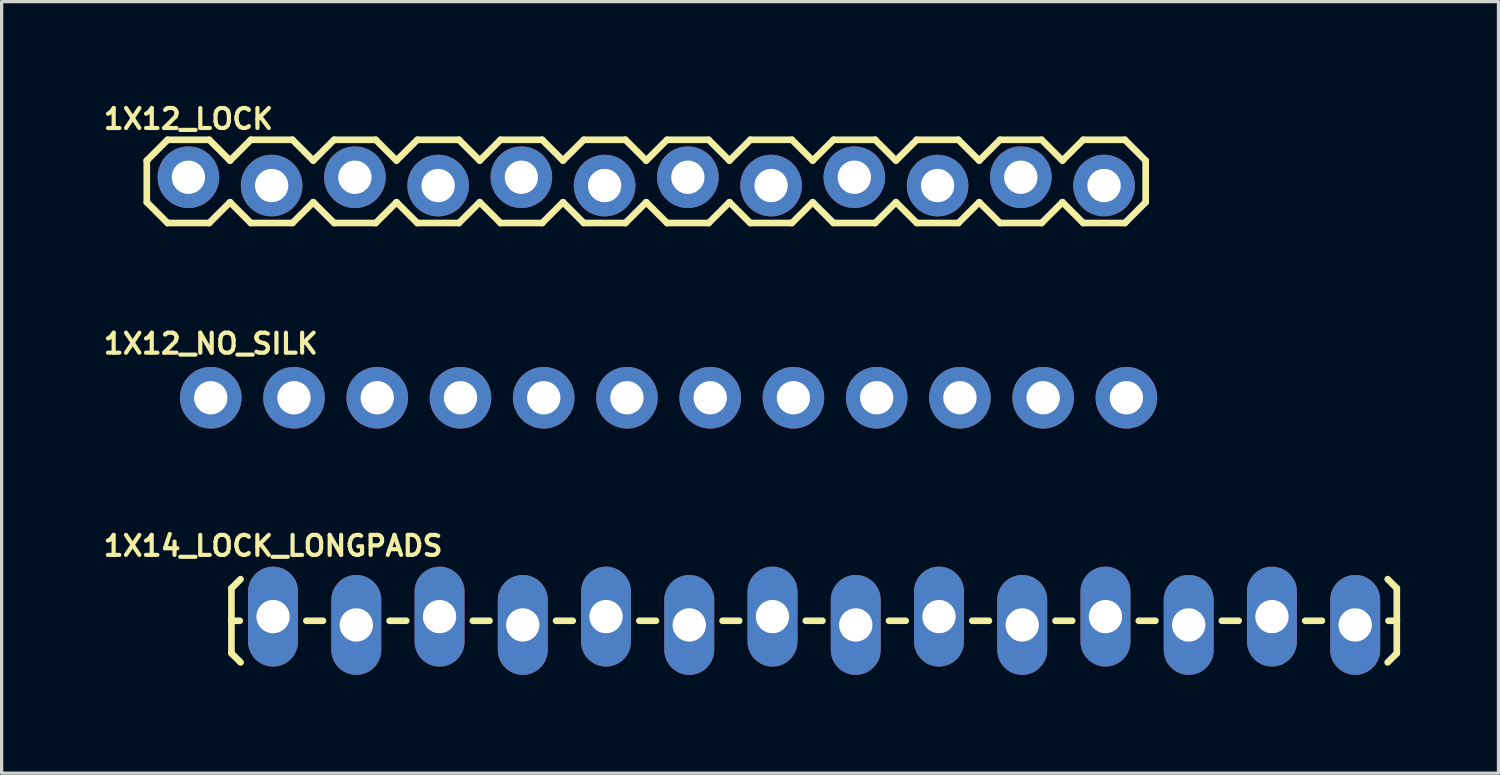
<source format=kicad_pcb>
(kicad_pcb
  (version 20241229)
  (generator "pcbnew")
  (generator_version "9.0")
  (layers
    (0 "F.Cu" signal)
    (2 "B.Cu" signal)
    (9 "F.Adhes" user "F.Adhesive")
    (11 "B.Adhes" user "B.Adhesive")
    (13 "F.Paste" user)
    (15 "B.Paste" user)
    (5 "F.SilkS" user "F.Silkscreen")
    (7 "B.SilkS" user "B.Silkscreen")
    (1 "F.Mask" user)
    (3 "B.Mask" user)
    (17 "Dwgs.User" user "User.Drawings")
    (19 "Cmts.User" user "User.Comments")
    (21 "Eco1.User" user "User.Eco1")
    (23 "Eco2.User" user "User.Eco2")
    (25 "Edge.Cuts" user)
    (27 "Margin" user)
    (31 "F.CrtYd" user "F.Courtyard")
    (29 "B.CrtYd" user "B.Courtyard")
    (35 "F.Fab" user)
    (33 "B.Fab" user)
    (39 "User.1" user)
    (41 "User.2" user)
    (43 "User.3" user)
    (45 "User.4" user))
  (footprint "1X12_NO_SILK"
    (layer "F.Cu")
    (at 3.381 9.087)
    (property "Reference" "1X12_NO_SILK" (at 0 -1.651 0) (layer "F.SilkS") (effects (font (size 0.61 0.61) (thickness 0.127))))
    (attr exclude_from_pos_files exclude_from_bom)
    (pad "1" thru_hole circle (at 0 0) (size 1.88 1.88) (drill 1.016) (layers "*.Cu" "*.Mask"))
    (pad "2" thru_hole circle (at 2.54 0) (size 1.88 1.88) (drill 1.016) (layers "*.Cu" "*.Mask"))
    (pad "3" thru_hole circle (at 5.08 0) (size 1.88 1.88) (drill 1.016) (layers "*.Cu" "*.Mask"))
    (pad "4" thru_hole circle (at 7.62 0) (size 1.88 1.88) (drill 1.016) (layers "*.Cu" "*.Mask"))
    (pad "5" thru_hole circle (at 10.16 0) (size 1.88 1.88) (drill 1.016) (layers "*.Cu" "*.Mask"))
    (pad "6" thru_hole circle (at 12.7 0) (size 1.88 1.88) (drill 1.016) (layers "*.Cu" "*.Mask"))
    (pad "7" thru_hole circle (at 15.24 0) (size 1.88 1.88) (drill 1.016) (layers "*.Cu" "*.Mask"))
    (pad "8" thru_hole circle (at 17.78 0) (size 1.88 1.88) (drill 1.016) (layers "*.Cu" "*.Mask"))
    (pad "9" thru_hole circle (at 20.32 0) (size 1.88 1.88) (drill 1.016) (layers "*.Cu" "*.Mask"))
    (pad "10" thru_hole circle (at 22.86 0) (size 1.88 1.88) (drill 1.016) (layers "*.Cu" "*.Mask"))
    (pad "11" thru_hole circle (at 25.4 0) (size 1.88 1.88) (drill 1.016) (layers "*.Cu" "*.Mask"))
    (pad "12" thru_hole circle (at 27.94 0) (size 1.88 1.88) (drill 1.016) (layers "*.Cu" "*.Mask")))
  (footprint "1X14_LOCK_LONGPADS"
    (layer "F.Cu")
    (at 5.282 15.892)
    (property "Reference" "1X14_LOCK_LONGPADS" (at 0 -2.286 0) (layer "F.SilkS") (effects (font (size 0.61 0.61) (thickness 0.127))))
    (attr exclude_from_pos_files exclude_from_bom)
    (fp_line (start -1.27 -0.991) (end -0.991 -1.27) (stroke (width 0.203) (type solid)) (layer "F.SilkS"))
    (fp_line (start -1.27 0) (end -1.27 -0.991) (stroke (width 0.203) (type solid)) (layer "F.SilkS"))
    (fp_line (start -1.27 0) (end -1.27 0.991) (stroke (width 0.203) (type solid)) (layer "F.SilkS"))
    (fp_line (start -1.27 0) (end -1.016 0) (stroke (width 0.203) (type solid)) (layer "F.SilkS"))
    (fp_line (start -1.27 0.991) (end -0.991 1.27) (stroke (width 0.203) (type solid)) (layer "F.SilkS"))
    (fp_line (start 1.524 0) (end 1.016 0) (stroke (width 0.203) (type solid)) (layer "F.SilkS"))
    (fp_line (start 4.064 0) (end 3.556 0) (stroke (width 0.203) (type solid)) (layer "F.SilkS"))
    (fp_line (start 6.604 0) (end 6.096 0) (stroke (width 0.203) (type solid)) (layer "F.SilkS"))
    (fp_line (start 9.144 0) (end 8.636 0) (stroke (width 0.203) (type solid)) (layer "F.SilkS"))
    (fp_line (start 11.684 0) (end 11.176 0) (stroke (width 0.203) (type solid)) (layer "F.SilkS"))
    (fp_line (start 14.224 0) (end 13.716 0) (stroke (width 0.203) (type solid)) (layer "F.SilkS"))
    (fp_line (start 16.764 0) (end 16.256 0) (stroke (width 0.203) (type solid)) (layer "F.SilkS"))
    (fp_line (start 19.304 0) (end 18.796 0) (stroke (width 0.203) (type solid)) (layer "F.SilkS"))
    (fp_line (start 21.844 0) (end 21.336 0) (stroke (width 0.203) (type solid)) (layer "F.SilkS"))
    (fp_line (start 24.384 0) (end 23.876 0) (stroke (width 0.203) (type solid)) (layer "F.SilkS"))
    (fp_line (start 26.924 0) (end 26.416 0) (stroke (width 0.203) (type solid)) (layer "F.SilkS"))
    (fp_line (start 29.464 0) (end 28.953 0) (stroke (width 0.203) (type solid)) (layer "F.SilkS"))
    (fp_line (start 32.004 0) (end 31.496 0) (stroke (width 0.203) (type solid)) (layer "F.SilkS"))
    (fp_line (start 34.29 -0.991) (end 34.011 -1.27) (stroke (width 0.203) (type solid)) (layer "F.SilkS"))
    (fp_line (start 34.29 0) (end 34.036 0) (stroke (width 0.203) (type solid)) (layer "F.SilkS"))
    (fp_line (start 34.29 0) (end 34.29 -0.991) (stroke (width 0.203) (type solid)) (layer "F.SilkS"))
    (fp_line (start 34.29 0) (end 34.29 0.991) (stroke (width 0.203) (type solid)) (layer "F.SilkS"))
    (fp_line (start 34.29 0.991) (end 34.011 1.27) (stroke (width 0.203) (type solid)) (layer "F.SilkS"))
    (pad "1" thru_hole oval (at 0 -0.127 180) (size 1.524 3.048) (drill 1.016) (layers "*.Cu" "*.Mask"))
    (pad "2" thru_hole oval (at 2.54 0.127 180) (size 1.524 3.048) (drill 1.016) (layers "*.Cu" "*.Mask"))
    (pad "3" thru_hole oval (at 5.08 -0.127 180) (size 1.524 3.048) (drill 1.016) (layers "*.Cu" "*.Mask"))
    (pad "4" thru_hole oval (at 7.62 0.127 180) (size 1.524 3.048) (drill 1.016) (layers "*.Cu" "*.Mask"))
    (pad "5" thru_hole oval (at 10.16 -0.127 180) (size 1.524 3.048) (drill 1.016) (layers "*.Cu" "*.Mask"))
    (pad "6" thru_hole oval (at 12.7 0.127 180) (size 1.524 3.048) (drill 1.016) (layers "*.Cu" "*.Mask"))
    (pad "7" thru_hole oval (at 15.24 -0.127 180) (size 1.524 3.048) (drill 1.016) (layers "*.Cu" "*.Mask"))
    (pad "8" thru_hole oval (at 17.78 0.127 180) (size 1.524 3.048) (drill 1.016) (layers "*.Cu" "*.Mask"))
    (pad "9" thru_hole oval (at 20.32 -0.127 180) (size 1.524 3.048) (drill 1.016) (layers "*.Cu" "*.Mask"))
    (pad "10" thru_hole oval (at 22.86 0.127 180) (size 1.524 3.048) (drill 1.016) (layers "*.Cu" "*.Mask"))
    (pad "11" thru_hole oval (at 25.4 -0.127 180) (size 1.524 3.048) (drill 1.016) (layers "*.Cu" "*.Mask"))
    (pad "12" thru_hole oval (at 27.94 0.127 180) (size 1.524 3.048) (drill 1.016) (layers "*.Cu" "*.Mask"))
    (pad "13" thru_hole oval (at 30.48 -0.127 180) (size 1.524 3.048) (drill 1.016) (layers "*.Cu" "*.Mask"))
    (pad "14" thru_hole oval (at 33.02 0.127 180) (size 1.524 3.048) (drill 1.016) (layers "*.Cu" "*.Mask")))
  (footprint "1X12_LOCK"
    (layer "F.Cu")
    (at 2.699 2.485)
    (property "Reference" "1X12_LOCK" (at 0 -1.905 0) (layer "F.SilkS") (effects (font (size 0.61 0.61) (thickness 0.127))))
    (attr exclude_from_pos_files exclude_from_bom)
    (fp_line (start -1.27 -0.635) (end -1.27 0.635) (stroke (width 0.203) (type solid)) (layer "F.SilkS"))
    (fp_line (start -1.27 0.635) (end -0.635 1.27) (stroke (width 0.203) (type solid)) (layer "F.SilkS"))
    (fp_line (start -0.635 -1.27) (end -1.27 -0.635) (stroke (width 0.203) (type solid)) (layer "F.SilkS"))
    (fp_line (start -0.635 -1.27) (end 0.635 -1.27) (stroke (width 0.203) (type solid)) (layer "F.SilkS"))
    (fp_line (start 0.635 -1.27) (end 1.27 -0.635) (stroke (width 0.203) (type solid)) (layer "F.SilkS"))
    (fp_line (start 0.635 1.27) (end -0.635 1.27) (stroke (width 0.203) (type solid)) (layer "F.SilkS"))
    (fp_line (start 1.27 -0.635) (end 1.905 -1.27) (stroke (width 0.203) (type solid)) (layer "F.SilkS"))
    (fp_line (start 1.27 0.635) (end 0.635 1.27) (stroke (width 0.203) (type solid)) (layer "F.SilkS"))
    (fp_line (start 1.905 -1.27) (end 3.175 -1.27) (stroke (width 0.203) (type solid)) (layer "F.SilkS"))
    (fp_line (start 1.905 1.27) (end 1.27 0.635) (stroke (width 0.203) (type solid)) (layer "F.SilkS"))
    (fp_line (start 3.175 -1.27) (end 3.81 -0.635) (stroke (width 0.203) (type solid)) (layer "F.SilkS"))
    (fp_line (start 3.175 1.27) (end 1.905 1.27) (stroke (width 0.203) (type solid)) (layer "F.SilkS"))
    (fp_line (start 3.81 -0.635) (end 4.445 -1.27) (stroke (width 0.203) (type solid)) (layer "F.SilkS"))
    (fp_line (start 3.81 0.635) (end 3.175 1.27) (stroke (width 0.203) (type solid)) (layer "F.SilkS"))
    (fp_line (start 4.445 -1.27) (end 5.715 -1.27) (stroke (width 0.203) (type solid)) (layer "F.SilkS"))
    (fp_line (start 4.445 1.27) (end 3.81 0.635) (stroke (width 0.203) (type solid)) (layer "F.SilkS"))
    (fp_line (start 5.715 -1.27) (end 6.35 -0.635) (stroke (width 0.203) (type solid)) (layer "F.SilkS"))
    (fp_line (start 5.715 1.27) (end 4.445 1.27) (stroke (width 0.203) (type solid)) (layer "F.SilkS"))
    (fp_line (start 6.35 0.635) (end 5.715 1.27) (stroke (width 0.203) (type solid)) (layer "F.SilkS"))
    (fp_line (start 6.35 0.635) (end 6.985 1.27) (stroke (width 0.203) (type solid)) (layer "F.SilkS"))
    (fp_line (start 6.985 -1.27) (end 6.35 -0.635) (stroke (width 0.203) (type solid)) (layer "F.SilkS"))
    (fp_line (start 6.985 -1.27) (end 8.255 -1.27) (stroke (width 0.203) (type solid)) (layer "F.SilkS"))
    (fp_line (start 8.255 -1.27) (end 8.89 -0.635) (stroke (width 0.203) (type solid)) (layer "F.SilkS"))
    (fp_line (start 8.255 1.27) (end 6.985 1.27) (stroke (width 0.203) (type solid)) (layer "F.SilkS"))
    (fp_line (start 8.89 -0.635) (end 9.525 -1.27) (stroke (width 0.203) (type solid)) (layer "F.SilkS"))
    (fp_line (start 8.89 0.635) (end 8.255 1.27) (stroke (width 0.203) (type solid)) (layer "F.SilkS"))
    (fp_line (start 9.525 -1.27) (end 10.795 -1.27) (stroke (width 0.203) (type solid)) (layer "F.SilkS"))
    (fp_line (start 9.525 1.27) (end 8.89 0.635) (stroke (width 0.203) (type solid)) (layer "F.SilkS"))
    (fp_line (start 10.795 -1.27) (end 11.43 -0.635) (stroke (width 0.203) (type solid)) (layer "F.SilkS"))
    (fp_line (start 10.795 1.27) (end 9.525 1.27) (stroke (width 0.203) (type solid)) (layer "F.SilkS"))
    (fp_line (start 11.43 -0.635) (end 12.065 -1.27) (stroke (width 0.203) (type solid)) (layer "F.SilkS"))
    (fp_line (start 11.43 0.635) (end 10.795 1.27) (stroke (width 0.203) (type solid)) (layer "F.SilkS"))
    (fp_line (start 12.065 -1.27) (end 13.335 -1.27) (stroke (width 0.203) (type solid)) (layer "F.SilkS"))
    (fp_line (start 12.065 1.27) (end 11.43 0.635) (stroke (width 0.203) (type solid)) (layer "F.SilkS"))
    (fp_line (start 13.335 -1.27) (end 13.97 -0.635) (stroke (width 0.203) (type solid)) (layer "F.SilkS"))
    (fp_line (start 13.335 1.27) (end 12.065 1.27) (stroke (width 0.203) (type solid)) (layer "F.SilkS"))
    (fp_line (start 13.97 0.635) (end 13.335 1.27) (stroke (width 0.203) (type solid)) (layer "F.SilkS"))
    (fp_line (start 13.97 0.635) (end 14.605 1.27) (stroke (width 0.203) (type solid)) (layer "F.SilkS"))
    (fp_line (start 14.605 -1.27) (end 13.97 -0.635) (stroke (width 0.203) (type solid)) (layer "F.SilkS"))
    (fp_line (start 14.605 -1.27) (end 15.875 -1.27) (stroke (width 0.203) (type solid)) (layer "F.SilkS"))
    (fp_line (start 15.875 -1.27) (end 16.51 -0.635) (stroke (width 0.203) (type solid)) (layer "F.SilkS"))
    (fp_line (start 15.875 1.27) (end 14.605 1.27) (stroke (width 0.203) (type solid)) (layer "F.SilkS"))
    (fp_line (start 16.51 0.635) (end 15.875 1.27) (stroke (width 0.203) (type solid)) (layer "F.SilkS"))
    (fp_line (start 16.51 0.635) (end 17.145 1.27) (stroke (width 0.203) (type solid)) (layer "F.SilkS"))
    (fp_line (start 17.145 -1.27) (end 16.51 -0.635) (stroke (width 0.203) (type solid)) (layer "F.SilkS"))
    (fp_line (start 17.145 -1.27) (end 18.415 -1.27) (stroke (width 0.203) (type solid)) (layer "F.SilkS"))
    (fp_line (start 18.415 -1.27) (end 19.05 -0.635) (stroke (width 0.203) (type solid)) (layer "F.SilkS"))
    (fp_line (start 18.415 1.27) (end 17.145 1.27) (stroke (width 0.203) (type solid)) (layer "F.SilkS"))
    (fp_line (start 19.05 0.635) (end 18.415 1.27) (stroke (width 0.203) (type solid)) (layer "F.SilkS"))
    (fp_line (start 19.05 0.635) (end 19.685 1.27) (stroke (width 0.203) (type solid)) (layer "F.SilkS"))
    (fp_line (start 19.685 -1.27) (end 19.05 -0.635) (stroke (width 0.203) (type solid)) (layer "F.SilkS"))
    (fp_line (start 19.685 -1.27) (end 20.955 -1.27) (stroke (width 0.203) (type solid)) (layer "F.SilkS"))
    (fp_line (start 20.955 -1.27) (end 21.59 -0.635) (stroke (width 0.203) (type solid)) (layer "F.SilkS"))
    (fp_line (start 20.955 1.27) (end 19.685 1.27) (stroke (width 0.203) (type solid)) (layer "F.SilkS"))
    (fp_line (start 21.59 0.635) (end 20.955 1.27) (stroke (width 0.203) (type solid)) (layer "F.SilkS"))
    (fp_line (start 21.59 0.635) (end 22.225 1.27) (stroke (width 0.203) (type solid)) (layer "F.SilkS"))
    (fp_line (start 22.225 -1.27) (end 21.59 -0.635) (stroke (width 0.203) (type solid)) (layer "F.SilkS"))
    (fp_line (start 22.225 -1.27) (end 23.495 -1.27) (stroke (width 0.203) (type solid)) (layer "F.SilkS"))
    (fp_line (start 23.495 -1.27) (end 24.13 -0.635) (stroke (width 0.203) (type solid)) (layer "F.SilkS"))
    (fp_line (start 23.495 1.27) (end 22.225 1.27) (stroke (width 0.203) (type solid)) (layer "F.SilkS"))
    (fp_line (start 24.13 0.635) (end 23.495 1.27) (stroke (width 0.203) (type solid)) (layer "F.SilkS"))
    (fp_line (start 24.13 0.635) (end 24.765 1.27) (stroke (width 0.203) (type solid)) (layer "F.SilkS"))
    (fp_line (start 24.765 -1.27) (end 24.13 -0.635) (stroke (width 0.203) (type solid)) (layer "F.SilkS"))
    (fp_line (start 24.765 -1.27) (end 26.035 -1.27) (stroke (width 0.203) (type solid)) (layer "F.SilkS"))
    (fp_line (start 26.035 -1.27) (end 26.67 -0.635) (stroke (width 0.203) (type solid)) (layer "F.SilkS"))
    (fp_line (start 26.035 1.27) (end 24.765 1.27) (stroke (width 0.203) (type solid)) (layer "F.SilkS"))
    (fp_line (start 26.67 0.635) (end 26.035 1.27) (stroke (width 0.203) (type solid)) (layer "F.SilkS"))
    (fp_line (start 26.67 0.635) (end 27.305 1.27) (stroke (width 0.203) (type solid)) (layer "F.SilkS"))
    (fp_line (start 27.305 -1.27) (end 26.67 -0.635) (stroke (width 0.203) (type solid)) (layer "F.SilkS"))
    (fp_line (start 27.305 -1.27) (end 28.575 -1.27) (stroke (width 0.203) (type solid)) (layer "F.SilkS"))
    (fp_line (start 28.575 -1.27) (end 29.21 -0.635) (stroke (width 0.203) (type solid)) (layer "F.SilkS"))
    (fp_line (start 28.575 1.27) (end 27.305 1.27) (stroke (width 0.203) (type solid)) (layer "F.SilkS"))
    (fp_line (start 29.21 -0.635) (end 29.21 0.635) (stroke (width 0.203) (type solid)) (layer "F.SilkS"))
    (fp_line (start 29.21 0.635) (end 28.575 1.27) (stroke (width 0.203) (type solid)) (layer "F.SilkS"))
    (pad "1" thru_hole circle (at 0 -0.127) (size 1.88 1.88) (drill 1.016) (layers "*.Cu" "*.Mask"))
    (pad "2" thru_hole circle (at 2.54 0.127) (size 1.88 1.88) (drill 1.016) (layers "*.Cu" "*.Mask"))
    (pad "3" thru_hole circle (at 5.08 -0.127) (size 1.88 1.88) (drill 1.016) (layers "*.Cu" "*.Mask"))
    (pad "4" thru_hole circle (at 7.62 0.127) (size 1.88 1.88) (drill 1.016) (layers "*.Cu" "*.Mask"))
    (pad "5" thru_hole circle (at 10.16 -0.127) (size 1.88 1.88) (drill 1.016) (layers "*.Cu" "*.Mask"))
    (pad "6" thru_hole circle (at 12.7 0.127) (size 1.88 1.88) (drill 1.016) (layers "*.Cu" "*.Mask"))
    (pad "7" thru_hole circle (at 15.24 -0.127) (size 1.88 1.88) (drill 1.016) (layers "*.Cu" "*.Mask"))
    (pad "8" thru_hole circle (at 17.78 0.127) (size 1.88 1.88) (drill 1.016) (layers "*.Cu" "*.Mask"))
    (pad "9" thru_hole circle (at 20.32 -0.127) (size 1.88 1.88) (drill 1.016) (layers "*.Cu" "*.Mask"))
    (pad "10" thru_hole circle (at 22.86 0.127) (size 1.88 1.88) (drill 1.016) (layers "*.Cu" "*.Mask"))
    (pad "11" thru_hole circle (at 25.4 -0.127) (size 1.88 1.88) (drill 1.016) (layers "*.Cu" "*.Mask"))
    (pad "12" thru_hole circle (at 27.94 0.127) (size 1.88 1.88) (drill 1.016) (layers "*.Cu" "*.Mask")))
  (gr_rect
    (start -3 -3)
    (end 42.674 20.543)
    (stroke (width 0.1) (type default))
    (fill no)
    (layer "Edge.Cuts")))
</source>
